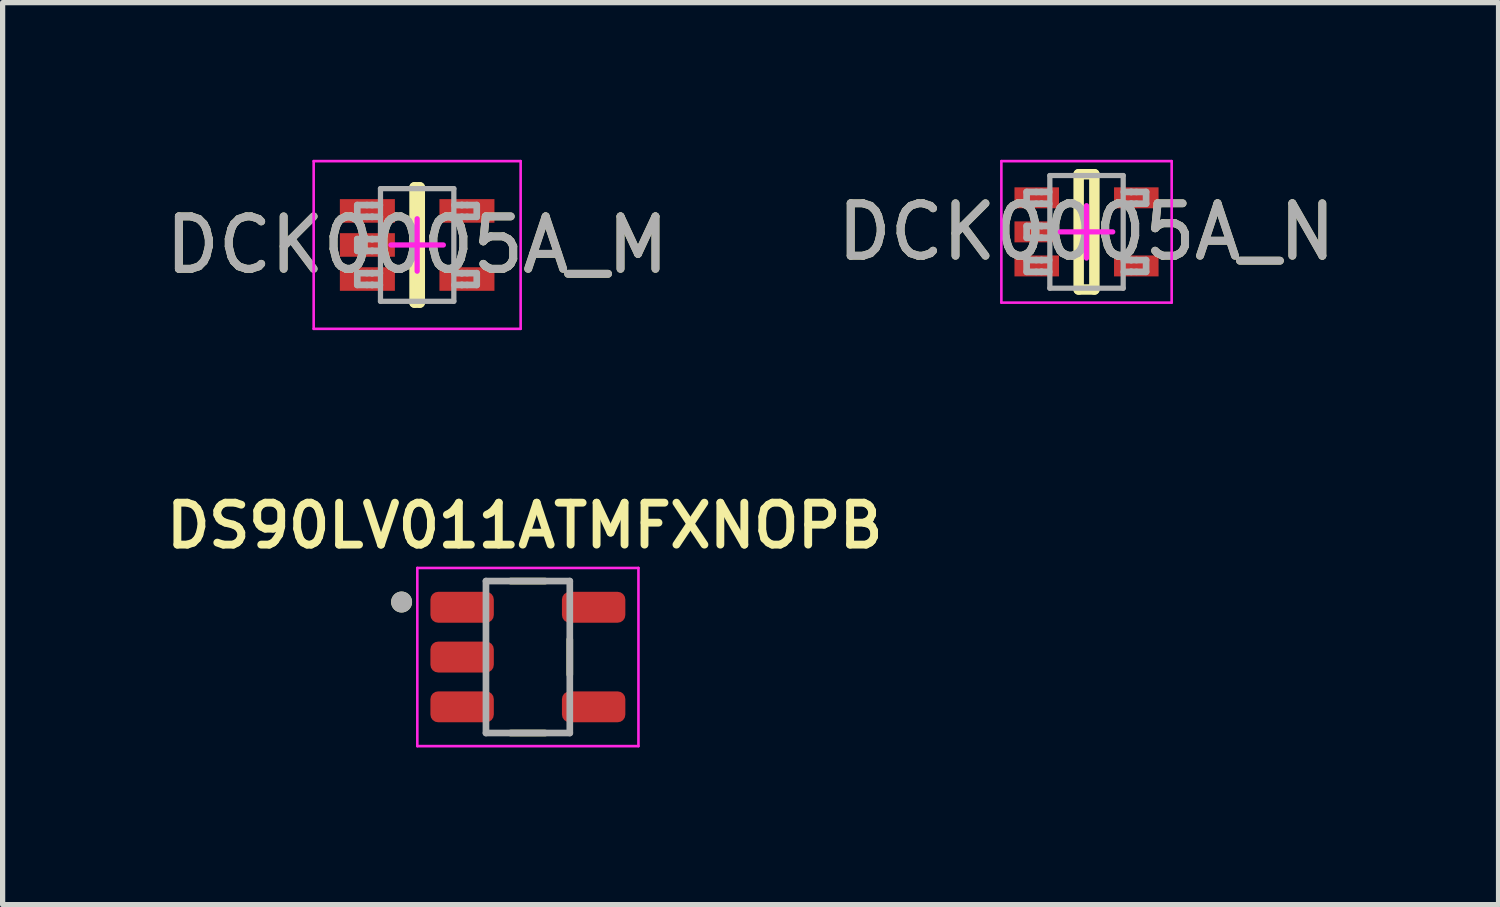
<source format=kicad_pcb>
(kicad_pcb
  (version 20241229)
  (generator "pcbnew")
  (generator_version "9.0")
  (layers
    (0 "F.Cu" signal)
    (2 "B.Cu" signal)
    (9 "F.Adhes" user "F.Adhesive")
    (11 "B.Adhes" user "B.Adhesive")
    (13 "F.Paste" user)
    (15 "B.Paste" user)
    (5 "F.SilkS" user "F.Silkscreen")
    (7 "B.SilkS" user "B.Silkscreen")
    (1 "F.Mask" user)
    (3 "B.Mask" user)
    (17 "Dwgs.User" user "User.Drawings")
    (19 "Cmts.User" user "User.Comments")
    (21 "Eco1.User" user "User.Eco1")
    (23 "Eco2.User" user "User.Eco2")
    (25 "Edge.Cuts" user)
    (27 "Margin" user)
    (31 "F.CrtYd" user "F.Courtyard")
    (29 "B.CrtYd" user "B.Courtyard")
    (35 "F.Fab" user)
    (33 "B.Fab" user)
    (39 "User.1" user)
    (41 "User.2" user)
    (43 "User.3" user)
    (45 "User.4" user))
  (footprint "DS90LV011ATMFXNOPB"
    (layer "F.Cu")
    (at 7.024 9.489)
    (property "Reference" "DS90LV011ATMFXNOPB" (at -0.06 -2.508 0) (layer "F.SilkS") (effects (font (size 0.8 0.8) (thickness 0.15))))
    (attr smd)
    (fp_line (start -0.33 -1.45) (end 0.33 -1.45) (stroke (width 0.127) (type solid)) (layer "F.SilkS"))
    (fp_line (start 0.33 1.45) (end -0.33 1.45) (stroke (width 0.127) (type solid)) (layer "F.SilkS"))
    (fp_line (start 0.8 -0.335) (end 0.8 0.335) (stroke (width 0.127) (type solid)) (layer "F.SilkS"))
    (fp_circle (center -2.41 -1.05) (end -2.31 -1.05) (stroke (width 0.2) (type solid)) (fill no) (layer "F.SilkS"))
    (fp_line (start -2.11 -1.7) (end 2.11 -1.7) (stroke (width 0.05) (type solid)) (layer "F.CrtYd"))
    (fp_line (start -2.11 1.7) (end -2.11 -1.7) (stroke (width 0.05) (type solid)) (layer "F.CrtYd"))
    (fp_line (start 2.11 -1.7) (end 2.11 1.7) (stroke (width 0.05) (type solid)) (layer "F.CrtYd"))
    (fp_line (start 2.11 1.7) (end -2.11 1.7) (stroke (width 0.05) (type solid)) (layer "F.CrtYd"))
    (fp_line (start -0.8 -1.45) (end 0.8 -1.45) (stroke (width 0.127) (type solid)) (layer "F.Fab"))
    (fp_line (start -0.8 1.45) (end -0.8 -1.45) (stroke (width 0.127) (type solid)) (layer "F.Fab"))
    (fp_line (start 0.8 -1.45) (end 0.8 1.45) (stroke (width 0.127) (type solid)) (layer "F.Fab"))
    (fp_line (start 0.8 1.45) (end -0.8 1.45) (stroke (width 0.127) (type solid)) (layer "F.Fab"))
    (fp_circle (center -2.41 -1.05) (end -2.31 -1.05) (stroke (width 0.2) (type solid)) (fill no) (layer "F.Fab"))
    (pad "1" smd roundrect (at -1.255 -0.95) (size 1.21 0.59) (layers "F.Cu" "F.Mask" "F.Paste") (roundrect_rratio 0.25))
    (pad "2" smd roundrect (at -1.255 0) (size 1.21 0.59) (layers "F.Cu" "F.Mask" "F.Paste") (roundrect_rratio 0.25))
    (pad "3" smd roundrect (at -1.255 0.95) (size 1.21 0.59) (layers "F.Cu" "F.Mask" "F.Paste") (roundrect_rratio 0.25))
    (pad "4" smd roundrect (at 1.255 0.95) (size 1.21 0.59) (layers "F.Cu" "F.Mask" "F.Paste") (roundrect_rratio 0.25))
    (pad "5" smd roundrect (at 1.255 -0.95) (size 1.21 0.59) (layers "F.Cu" "F.Mask" "F.Paste") (roundrect_rratio 0.25)))
  (footprint "DCK0005A_N"
    (layer "F.Cu")
    (at 17.685 1.375)
    (property "Reference" "DCK0005A_N" (at 0 0 0) (unlocked yes) (layer "F.SilkS") (effects (font (size 1 1) (thickness 0.15))))
    (attr smd)
    (fp_line (start -0.15 -1.1) (end 0.15 -1.1) (stroke (width 0.2) (type solid)) (layer "F.SilkS"))
    (fp_line (start -0.15 1.1) (end -0.15 -1.1) (stroke (width 0.2) (type solid)) (layer "F.SilkS"))
    (fp_line (start -0.15 1.1) (end 0.15 1.1) (stroke (width 0.2) (type solid)) (layer "F.SilkS"))
    (fp_line (start 0.15 1.1) (end 0.15 -1.1) (stroke (width 0.2) (type solid)) (layer "F.SilkS"))
    (fp_line (start -1.625 -1.35) (end 1.625 -1.35) (stroke (width 0.05) (type solid)) (layer "F.CrtYd"))
    (fp_line (start -1.625 1.35) (end -1.625 -1.35) (stroke (width 0.05) (type solid)) (layer "F.CrtYd"))
    (fp_line (start -1.625 1.35) (end 1.625 1.35) (stroke (width 0.05) (type solid)) (layer "F.CrtYd"))
    (fp_line (start -0.5 0) (end 0.5 0) (stroke (width 0.1) (type solid)) (layer "F.CrtYd"))
    (fp_line (start 0.000003 0.5) (end 0.000003 -0.5) (stroke (width 0.1) (type solid)) (layer "F.CrtYd"))
    (fp_line (start 1.625 1.35) (end 1.625 -1.35) (stroke (width 0.05) (type solid)) (layer "F.CrtYd"))
    (fp_line (start -1.143 -0.762) (end -0.959 -0.762) (stroke (width 0.127) (type solid)) (layer "F.Fab"))
    (fp_line (start -1.143 -0.537) (end -1.143 -0.762) (stroke (width 0.127) (type solid)) (layer "F.Fab"))
    (fp_line (start -1.143 -0.537) (end -0.959 -0.537) (stroke (width 0.127) (type solid)) (layer "F.Fab"))
    (fp_line (start -1.143 -0.112) (end -0.959 -0.112) (stroke (width 0.127) (type solid)) (layer "F.Fab"))
    (fp_line (start -1.143 0.113) (end -1.143 -0.112) (stroke (width 0.127) (type solid)) (layer "F.Fab"))
    (fp_line (start -1.143 0.113) (end -0.959 0.113) (stroke (width 0.127) (type solid)) (layer "F.Fab"))
    (fp_line (start -1.143 0.538) (end -0.959 0.538) (stroke (width 0.127) (type solid)) (layer "F.Fab"))
    (fp_line (start -1.143 0.763) (end -1.143 0.538) (stroke (width 0.127) (type solid)) (layer "F.Fab"))
    (fp_line (start -1.143 0.763) (end -0.959 0.763) (stroke (width 0.127) (type solid)) (layer "F.Fab"))
    (fp_line (start -0.959 -0.762) (end -0.711 -0.762) (stroke (width 0.127) (type solid)) (layer "F.Fab"))
    (fp_line (start -0.959 -0.537) (end -0.865 -0.537) (stroke (width 0.127) (type solid)) (layer "F.Fab"))
    (fp_line (start -0.959 -0.112) (end -0.865 -0.112) (stroke (width 0.127) (type solid)) (layer "F.Fab"))
    (fp_line (start -0.959 0.113) (end -0.865 0.113) (stroke (width 0.127) (type solid)) (layer "F.Fab"))
    (fp_line (start -0.959 0.538) (end -0.865 0.538) (stroke (width 0.127) (type solid)) (layer "F.Fab"))
    (fp_line (start -0.959 0.763) (end -0.865 0.763) (stroke (width 0.127) (type solid)) (layer "F.Fab"))
    (fp_line (start -0.865 -0.762) (end -0.853 -0.762) (stroke (width 0.127) (type solid)) (layer "F.Fab"))
    (fp_line (start -0.865 -0.537) (end -0.853 -0.537) (stroke (width 0.127) (type solid)) (layer "F.Fab"))
    (fp_line (start -0.865 -0.112) (end -0.853 -0.112) (stroke (width 0.127) (type solid)) (layer "F.Fab"))
    (fp_line (start -0.865 0.113) (end -0.853 0.113) (stroke (width 0.127) (type solid)) (layer "F.Fab"))
    (fp_line (start -0.865 0.538) (end -0.853 0.538) (stroke (width 0.127) (type solid)) (layer "F.Fab"))
    (fp_line (start -0.865 0.763) (end -0.853 0.763) (stroke (width 0.127) (type solid)) (layer "F.Fab"))
    (fp_line (start -0.853 -0.537) (end -0.711 -0.537) (stroke (width 0.127) (type solid)) (layer "F.Fab"))
    (fp_line (start -0.853 -0.112) (end -0.711 -0.112) (stroke (width 0.127) (type solid)) (layer "F.Fab"))
    (fp_line (start -0.853 0.113) (end -0.711 0.113) (stroke (width 0.127) (type solid)) (layer "F.Fab"))
    (fp_line (start -0.853 0.538) (end -0.711 0.538) (stroke (width 0.127) (type solid)) (layer "F.Fab"))
    (fp_line (start -0.853 0.763) (end -0.711 0.763) (stroke (width 0.127) (type solid)) (layer "F.Fab"))
    (fp_line (start -0.7 -1.075) (end 0.7 -1.075) (stroke (width 0.1) (type solid)) (layer "F.Fab"))
    (fp_line (start -0.7 1.075) (end -0.7 -1.075) (stroke (width 0.1) (type solid)) (layer "F.Fab"))
    (fp_line (start -0.7 1.075) (end 0.7 1.075) (stroke (width 0.1) (type solid)) (layer "F.Fab"))
    (fp_line (start 0.7 1.075) (end 0.7 -1.075) (stroke (width 0.1) (type solid)) (layer "F.Fab"))
    (fp_line (start 0.711 -0.762) (end 0.847 -0.762) (stroke (width 0.127) (type solid)) (layer "F.Fab"))
    (fp_line (start 0.711 -0.537) (end 0.847 -0.537) (stroke (width 0.127) (type solid)) (layer "F.Fab"))
    (fp_line (start 0.711 0.538) (end 0.847 0.538) (stroke (width 0.127) (type solid)) (layer "F.Fab"))
    (fp_line (start 0.711 0.763) (end 0.847 0.763) (stroke (width 0.127) (type solid)) (layer "F.Fab"))
    (fp_line (start 0.847 -0.762) (end 0.859 -0.762) (stroke (width 0.127) (type solid)) (layer "F.Fab"))
    (fp_line (start 0.847 -0.537) (end 0.859 -0.537) (stroke (width 0.127) (type solid)) (layer "F.Fab"))
    (fp_line (start 0.847 0.538) (end 0.859 0.538) (stroke (width 0.127) (type solid)) (layer "F.Fab"))
    (fp_line (start 0.847 0.763) (end 0.859 0.763) (stroke (width 0.127) (type solid)) (layer "F.Fab"))
    (fp_line (start 0.859 -0.762) (end 0.953 -0.762) (stroke (width 0.127) (type solid)) (layer "F.Fab"))
    (fp_line (start 0.859 -0.537) (end 0.953 -0.537) (stroke (width 0.127) (type solid)) (layer "F.Fab"))
    (fp_line (start 0.859 0.538) (end 0.953 0.538) (stroke (width 0.127) (type solid)) (layer "F.Fab"))
    (fp_line (start 0.859 0.763) (end 0.953 0.763) (stroke (width 0.127) (type solid)) (layer "F.Fab"))
    (fp_line (start 0.953 -0.762) (end 1.137 -0.762) (stroke (width 0.127) (type solid)) (layer "F.Fab"))
    (fp_line (start 0.953 -0.537) (end 1.137 -0.537) (stroke (width 0.127) (type solid)) (layer "F.Fab"))
    (fp_line (start 0.953 0.538) (end 1.137 0.538) (stroke (width 0.127) (type solid)) (layer "F.Fab"))
    (fp_line (start 0.953 0.763) (end 1.137 0.763) (stroke (width 0.127) (type solid)) (layer "F.Fab"))
    (fp_line (start 1.137 -0.537) (end 1.137 -0.762) (stroke (width 0.127) (type solid)) (layer "F.Fab"))
    (fp_line (start 1.137 0.763) (end 1.137 0.538) (stroke (width 0.127) (type solid)) (layer "F.Fab"))
    (fp_text user "${REFERENCE}" (at 0 0 0) (unlocked yes) (layer "F.Fab") (effects (font (size 1 1) (thickness 0.15))))
    (pad "1" smd rect (at -0.95 -0.65 90) (size 0.4 0.85) (layers "F.Cu" "F.Mask" "F.Paste"))
    (pad "2" smd rect (at -0.95 0 90) (size 0.4 0.85) (layers "F.Cu" "F.Mask" "F.Paste"))
    (pad "3" smd rect (at -0.95 0.65 90) (size 0.4 0.85) (layers "F.Cu" "F.Mask" "F.Paste"))
    (pad "4" smd rect (at 0.95 0.65 90) (size 0.4 0.85) (layers "F.Cu" "F.Mask" "F.Paste"))
    (pad "5" smd rect (at 0.95 -0.65 90) (size 0.4 0.85) (layers "F.Cu" "F.Mask" "F.Paste")))
  (footprint "DCK0005A_M"
    (layer "F.Cu")
    (at 4.911 1.625)
    (property "Reference" "DCK0005A_M" (at 0 0 0) (unlocked yes) (layer "F.SilkS") (effects (font (size 1 1) (thickness 0.15))))
    (attr smd)
    (fp_line (start -0.05 -1.1) (end 0.05 -1.1) (stroke (width 0.2) (type solid)) (layer "F.SilkS"))
    (fp_line (start -0.05 1.1) (end -0.05 -1.1) (stroke (width 0.2) (type solid)) (layer "F.SilkS"))
    (fp_line (start -0.05 1.1) (end 0.05 1.1) (stroke (width 0.2) (type solid)) (layer "F.SilkS"))
    (fp_line (start 0.05 1.1) (end 0.05 -1.1) (stroke (width 0.2) (type solid)) (layer "F.SilkS"))
    (fp_line (start -1.975 -1.6) (end 1.975 -1.6) (stroke (width 0.05) (type solid)) (layer "F.CrtYd"))
    (fp_line (start -1.975 1.6) (end -1.975 -1.6) (stroke (width 0.05) (type solid)) (layer "F.CrtYd"))
    (fp_line (start -1.975 1.6) (end 1.975 1.6) (stroke (width 0.05) (type solid)) (layer "F.CrtYd"))
    (fp_line (start -0.5 0) (end 0.5 0) (stroke (width 0.1) (type solid)) (layer "F.CrtYd"))
    (fp_line (start 0.000003 0.5) (end 0.000003 -0.5) (stroke (width 0.1) (type solid)) (layer "F.CrtYd"))
    (fp_line (start 1.975 1.6) (end 1.975 -1.6) (stroke (width 0.05) (type solid)) (layer "F.CrtYd"))
    (fp_line (start -1.143 -0.762) (end -0.959 -0.762) (stroke (width 0.127) (type solid)) (layer "F.Fab"))
    (fp_line (start -1.143 -0.537) (end -1.143 -0.762) (stroke (width 0.127) (type solid)) (layer "F.Fab"))
    (fp_line (start -1.143 -0.537) (end -0.959 -0.537) (stroke (width 0.127) (type solid)) (layer "F.Fab"))
    (fp_line (start -1.143 -0.112) (end -0.959 -0.112) (stroke (width 0.127) (type solid)) (layer "F.Fab"))
    (fp_line (start -1.143 0.113) (end -1.143 -0.112) (stroke (width 0.127) (type solid)) (layer "F.Fab"))
    (fp_line (start -1.143 0.113) (end -0.959 0.113) (stroke (width 0.127) (type solid)) (layer "F.Fab"))
    (fp_line (start -1.143 0.538) (end -0.959 0.538) (stroke (width 0.127) (type solid)) (layer "F.Fab"))
    (fp_line (start -1.143 0.763) (end -1.143 0.538) (stroke (width 0.127) (type solid)) (layer "F.Fab"))
    (fp_line (start -1.143 0.763) (end -0.959 0.763) (stroke (width 0.127) (type solid)) (layer "F.Fab"))
    (fp_line (start -0.959 -0.762) (end -0.711 -0.762) (stroke (width 0.127) (type solid)) (layer "F.Fab"))
    (fp_line (start -0.959 -0.537) (end -0.865 -0.537) (stroke (width 0.127) (type solid)) (layer "F.Fab"))
    (fp_line (start -0.959 -0.112) (end -0.865 -0.112) (stroke (width 0.127) (type solid)) (layer "F.Fab"))
    (fp_line (start -0.959 0.113) (end -0.865 0.113) (stroke (width 0.127) (type solid)) (layer "F.Fab"))
    (fp_line (start -0.959 0.538) (end -0.865 0.538) (stroke (width 0.127) (type solid)) (layer "F.Fab"))
    (fp_line (start -0.959 0.763) (end -0.865 0.763) (stroke (width 0.127) (type solid)) (layer "F.Fab"))
    (fp_line (start -0.865 -0.762) (end -0.853 -0.762) (stroke (width 0.127) (type solid)) (layer "F.Fab"))
    (fp_line (start -0.865 -0.537) (end -0.853 -0.537) (stroke (width 0.127) (type solid)) (layer "F.Fab"))
    (fp_line (start -0.865 -0.112) (end -0.853 -0.112) (stroke (width 0.127) (type solid)) (layer "F.Fab"))
    (fp_line (start -0.865 0.113) (end -0.853 0.113) (stroke (width 0.127) (type solid)) (layer "F.Fab"))
    (fp_line (start -0.865 0.538) (end -0.853 0.538) (stroke (width 0.127) (type solid)) (layer "F.Fab"))
    (fp_line (start -0.865 0.763) (end -0.853 0.763) (stroke (width 0.127) (type solid)) (layer "F.Fab"))
    (fp_line (start -0.853 -0.537) (end -0.711 -0.537) (stroke (width 0.127) (type solid)) (layer "F.Fab"))
    (fp_line (start -0.853 -0.112) (end -0.711 -0.112) (stroke (width 0.127) (type solid)) (layer "F.Fab"))
    (fp_line (start -0.853 0.113) (end -0.711 0.113) (stroke (width 0.127) (type solid)) (layer "F.Fab"))
    (fp_line (start -0.853 0.538) (end -0.711 0.538) (stroke (width 0.127) (type solid)) (layer "F.Fab"))
    (fp_line (start -0.853 0.763) (end -0.711 0.763) (stroke (width 0.127) (type solid)) (layer "F.Fab"))
    (fp_line (start -0.7 -1.075) (end 0.7 -1.075) (stroke (width 0.1) (type solid)) (layer "F.Fab"))
    (fp_line (start -0.7 1.075) (end -0.7 -1.075) (stroke (width 0.1) (type solid)) (layer "F.Fab"))
    (fp_line (start -0.7 1.075) (end 0.7 1.075) (stroke (width 0.1) (type solid)) (layer "F.Fab"))
    (fp_line (start 0.7 1.075) (end 0.7 -1.075) (stroke (width 0.1) (type solid)) (layer "F.Fab"))
    (fp_line (start 0.711 -0.762) (end 0.847 -0.762) (stroke (width 0.127) (type solid)) (layer "F.Fab"))
    (fp_line (start 0.711 -0.537) (end 0.847 -0.537) (stroke (width 0.127) (type solid)) (layer "F.Fab"))
    (fp_line (start 0.711 0.538) (end 0.847 0.538) (stroke (width 0.127) (type solid)) (layer "F.Fab"))
    (fp_line (start 0.711 0.763) (end 0.847 0.763) (stroke (width 0.127) (type solid)) (layer "F.Fab"))
    (fp_line (start 0.847 -0.762) (end 0.859 -0.762) (stroke (width 0.127) (type solid)) (layer "F.Fab"))
    (fp_line (start 0.847 -0.537) (end 0.859 -0.537) (stroke (width 0.127) (type solid)) (layer "F.Fab"))
    (fp_line (start 0.847 0.538) (end 0.859 0.538) (stroke (width 0.127) (type solid)) (layer "F.Fab"))
    (fp_line (start 0.847 0.763) (end 0.859 0.763) (stroke (width 0.127) (type solid)) (layer "F.Fab"))
    (fp_line (start 0.859 -0.762) (end 0.953 -0.762) (stroke (width 0.127) (type solid)) (layer "F.Fab"))
    (fp_line (start 0.859 -0.537) (end 0.953 -0.537) (stroke (width 0.127) (type solid)) (layer "F.Fab"))
    (fp_line (start 0.859 0.538) (end 0.953 0.538) (stroke (width 0.127) (type solid)) (layer "F.Fab"))
    (fp_line (start 0.859 0.763) (end 0.953 0.763) (stroke (width 0.127) (type solid)) (layer "F.Fab"))
    (fp_line (start 0.953 -0.762) (end 1.137 -0.762) (stroke (width 0.127) (type solid)) (layer "F.Fab"))
    (fp_line (start 0.953 -0.537) (end 1.137 -0.537) (stroke (width 0.127) (type solid)) (layer "F.Fab"))
    (fp_line (start 0.953 0.538) (end 1.137 0.538) (stroke (width 0.127) (type solid)) (layer "F.Fab"))
    (fp_line (start 0.953 0.763) (end 1.137 0.763) (stroke (width 0.127) (type solid)) (layer "F.Fab"))
    (fp_line (start 1.137 -0.537) (end 1.137 -0.762) (stroke (width 0.127) (type solid)) (layer "F.Fab"))
    (fp_line (start 1.137 0.763) (end 1.137 0.538) (stroke (width 0.127) (type solid)) (layer "F.Fab"))
    (fp_text user "${REFERENCE}" (at 0 0 0) (unlocked yes) (layer "F.Fab") (effects (font (size 1 1) (thickness 0.15))))
    (pad "1" smd rect (at -0.95 -0.65 90) (size 0.45 1.05) (layers "F.Cu" "F.Mask" "F.Paste"))
    (pad "2" smd rect (at -0.95 0 90) (size 0.45 1.05) (layers "F.Cu" "F.Mask" "F.Paste"))
    (pad "3" smd rect (at -0.95 0.65 90) (size 0.45 1.05) (layers "F.Cu" "F.Mask" "F.Paste"))
    (pad "4" smd rect (at 0.95 0.65 90) (size 0.45 1.05) (layers "F.Cu" "F.Mask" "F.Paste"))
    (pad "5" smd rect (at 0.95 -0.65 90) (size 0.45 1.05) (layers "F.Cu" "F.Mask" "F.Paste")))
  (gr_rect
    (start -3 -3)
    (end 25.548 14.214)
    (stroke (width 0.1) (type default))
    (fill no)
    (layer "Edge.Cuts")))
</source>
